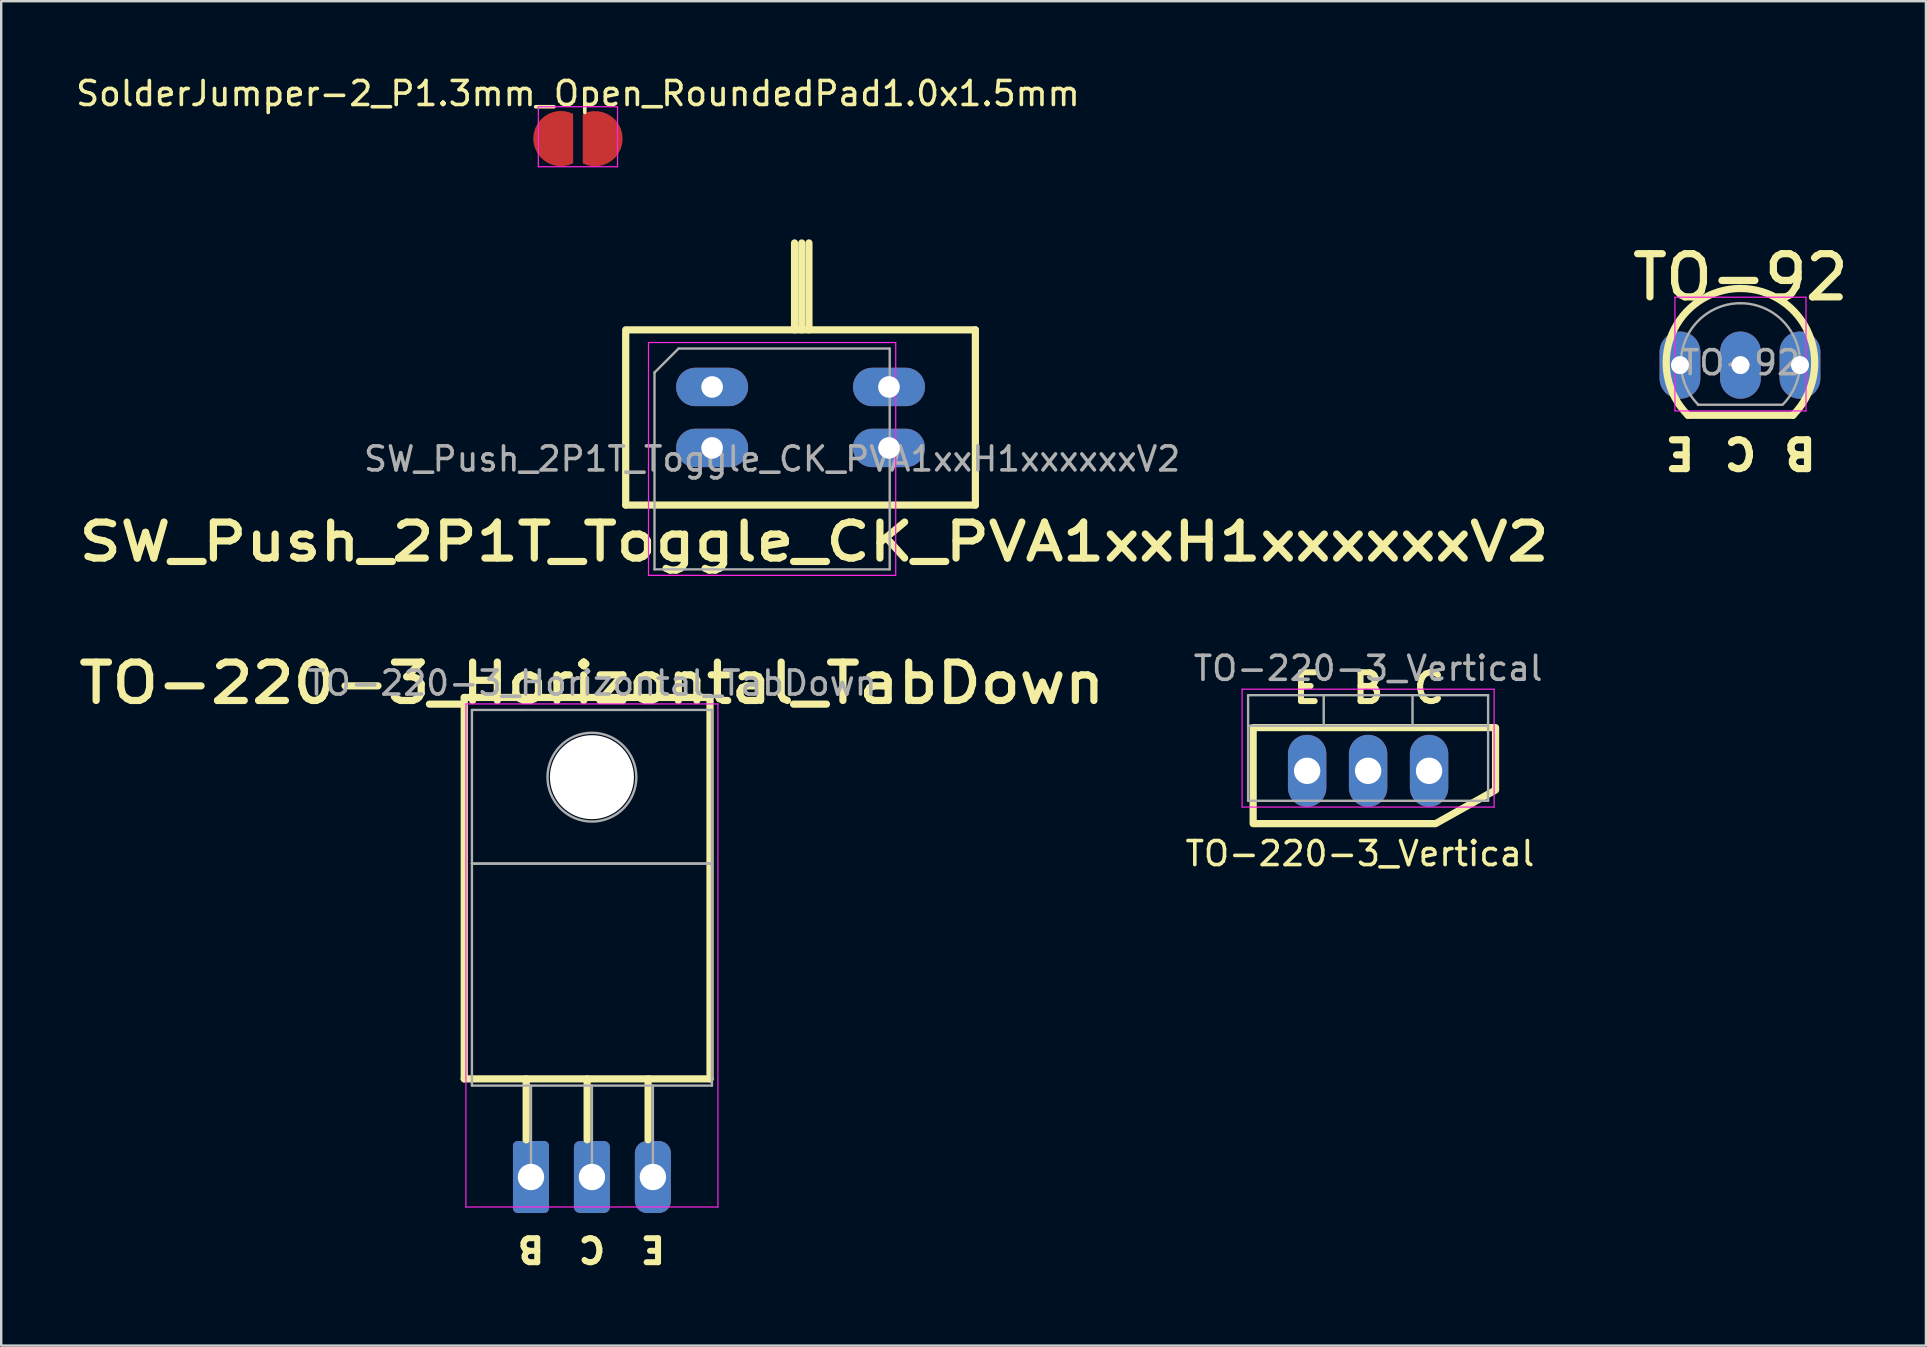
<source format=kicad_pcb>
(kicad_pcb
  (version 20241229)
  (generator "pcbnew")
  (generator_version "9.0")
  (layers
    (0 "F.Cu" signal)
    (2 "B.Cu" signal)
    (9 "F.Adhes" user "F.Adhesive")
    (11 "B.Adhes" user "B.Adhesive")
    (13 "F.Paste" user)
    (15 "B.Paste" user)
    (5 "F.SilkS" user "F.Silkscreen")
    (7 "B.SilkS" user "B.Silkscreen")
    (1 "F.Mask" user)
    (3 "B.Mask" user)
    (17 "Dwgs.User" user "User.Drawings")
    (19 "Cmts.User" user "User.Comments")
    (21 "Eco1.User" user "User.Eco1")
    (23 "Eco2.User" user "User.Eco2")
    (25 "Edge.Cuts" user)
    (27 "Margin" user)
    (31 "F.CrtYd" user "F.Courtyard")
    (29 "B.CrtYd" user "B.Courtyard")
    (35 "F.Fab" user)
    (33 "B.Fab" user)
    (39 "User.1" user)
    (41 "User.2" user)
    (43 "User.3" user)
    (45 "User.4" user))
  (footprint "SolderJumper-2_P1.3mm_Open_RoundedPad1.0x1.5mm"
    (layer "F.Cu")
    (at 21.03 2.648)
    (property "Reference" "SolderJumper-2_P1.3mm_Open_RoundedPad1.0x1.5mm" (at 0 -1.8 0) (layer "F.SilkS") (effects (font (size 1 1) (thickness 0.15))))
    (attr exclude_from_pos_files exclude_from_bom)
    (fp_line (start -1.65 -1.25) (end -1.65 1.25) (stroke (width 0.05) (type solid)) (layer "F.CrtYd"))
    (fp_line (start -1.65 -1.25) (end 1.65 -1.25) (stroke (width 0.05) (type solid)) (layer "F.CrtYd"))
    (fp_line (start 1.65 1.25) (end -1.65 1.25) (stroke (width 0.05) (type solid)) (layer "F.CrtYd"))
    (fp_line (start 1.65 1.25) (end 1.65 -1.25) (stroke (width 0.05) (type solid)) (layer "F.CrtYd"))
    (pad "1" smd custom (at -1 0) (size 1 0.5) (layers "F.Cu") (options (anchor rect)) (primitives (gr_poly (pts (xy 0.8 -0.954) (xy 0.602 -1.031) (xy 0.394 -1.07) (xy 0.181 -1.07) (xy -0.027 -1.031) (xy -0.225 -0.954) (xy -0.406 -0.842) (xy -0.562 -0.699) (xy -0.69 -0.53) (xy -0.785 -0.34) (xy -0.843 -0.136) (xy -0.863 0.075) (xy -0.843 0.287) (xy -0.785 0.491) (xy -0.69 0.681) (xy -0.562 0.85) (xy -0.406 0.993) (xy -0.225 1.105) (xy -0.027 1.182) (xy 0.181 1.221) (xy 0.394 1.221) (xy 0.602 1.182) (xy 0.8 1.105)) (width 0) (fill yes))))
    (pad "2" smd custom (at 1 0) (size 1 0.5) (layers "F.Cu") (options (anchor rect)) (primitives (gr_circle (center -0.3 0.25) (end 0.2 0.25) (width 0) (fill yes)) (gr_circle (center -0.3 -0.25) (end 0.2 -0.25) (width 0) (fill yes)) (gr_poly (pts (xy -0.3 0.75) (xy -0.8 0.75) (xy -0.8 -0.75) (xy -0.3 -0.75)) (width 0) (fill yes)) (gr_poly (pts (xy -0.8 1.109) (xy -0.602 1.186) (xy -0.394 1.225) (xy -0.181 1.225) (xy 0.027 1.186) (xy 0.225 1.109) (xy 0.406 0.997) (xy 0.562 0.854) (xy 0.69 0.685) (xy 0.785 0.495) (xy 0.843 0.291) (xy 0.863 0.079) (xy 0.843 -0.132) (xy 0.785 -0.336) (xy 0.69 -0.526) (xy 0.562 -0.695) (xy 0.406 -0.838) (xy 0.225 -0.95) (xy 0.027 -1.027) (xy -0.181 -1.066) (xy -0.394 -1.066) (xy -0.602 -1.027) (xy -0.8 -0.95)) (width 0) (fill yes)))))
  (footprint "TO-92"
    (layer "F.Cu")
    (at 68.197 12.063)
    (property "Reference" "TO-92" (at 1.27 -3.56 0) (layer "F.SilkS") (effects (font (size 1.8 1.8) (thickness 0.3) (bold yes))))
    (attr through_hole)
    (fp_line (start -0.918 2.188) (end 3.458 2.188) (stroke (width 0.3) (type solid)) (layer "F.SilkS"))
    (fp_arc (start -0.917624 2.187624) (mid -1.588268 -1.183934) (end 1.27 -3.093767) (stroke (width 0.3) (type solid)) (layer "F.SilkS"))
    (fp_arc (start 1.27 -3.093767) (mid 4.128268 -1.183933) (end 3.457624 2.187624) (stroke (width 0.3) (type solid)) (layer "F.SilkS"))
    (fp_line (start -1.46 -2.73) (end -1.46 2.01) (stroke (width 0.05) (type solid)) (layer "F.CrtYd"))
    (fp_line (start -1.46 -2.73) (end 4 -2.73) (stroke (width 0.05) (type solid)) (layer "F.CrtYd"))
    (fp_line (start 4 2.01) (end -1.46 2.01) (stroke (width 0.05) (type solid)) (layer "F.CrtYd"))
    (fp_line (start 4 2.01) (end 4 -2.73) (stroke (width 0.05) (type solid)) (layer "F.CrtYd"))
    (fp_line (start -0.5 1.75) (end 3 1.75) (stroke (width 0.1) (type solid)) (layer "F.Fab"))
    (fp_arc (start -0.483625 1.753625) (mid -1.021221 -0.949055) (end 1.27 -2.48) (stroke (width 0.1) (type solid)) (layer "F.Fab"))
    (fp_arc (start 1.27 -2.48) (mid 3.561221 -0.949055) (end 3.023625 1.753625) (stroke (width 0.1) (type solid)) (layer "F.Fab"))
    (fp_text user "C" (at 1.27 3.75 180) (unlocked yes) (layer "F.SilkS") (effects (font (size 1.2 1.2) (thickness 0.3) (bold yes))))
    (fp_text user "B" (at 3.75 3.75 180) (unlocked yes) (layer "F.SilkS") (effects (font (size 1.2 1.2) (thickness 0.3) (bold yes))))
    (fp_text user "E" (at -1.25 3.75 180) (unlocked yes) (layer "F.SilkS") (effects (font (size 1.2 1.2) (thickness 0.3) (bold yes))))
    (fp_text user "${REFERENCE}" (at 1.27 0 0) (layer "F.Fab") (effects (font (size 1 1) (thickness 0.15))))
    (pad "1" thru_hole oval (at -1.25 0.1) (size 1.7 2.8) (drill 0.75) (layers "*.Cu" "*.Mask"))
    (pad "2" thru_hole oval (at 1.27 0.1) (size 1.7 2.8) (drill 0.75) (layers "*.Cu" "*.Mask"))
    (pad "3" thru_hole oval (at 3.75 0.1) (size 1.7 2.8) (drill 0.75) (layers "*.Cu" "*.Mask")))
  (footprint "TO-220-3_Horizontal_TabDown"
    (layer "F.Cu")
    (at 19.073 45.991)
    (property "Reference" "TO-220-3_Horizontal_TabDown" (at 2.54 -20.58 0) (layer "F.SilkS") (effects (font (size 1.6 1.8) (thickness 0.3) (bold yes))))
    (attr through_hole)
    (fp_line (start -2.78 -19.98) (end -2.78 -4.09) (stroke (width 0.3) (type solid)) (layer "F.SilkS"))
    (fp_line (start -2.78 -19.98) (end 7.46 -19.98) (stroke (width 0.3) (type solid)) (layer "F.SilkS"))
    (fp_line (start -2.78 -4.09) (end 7.46 -4.09) (stroke (width 0.3) (type solid)) (layer "F.SilkS"))
    (fp_line (start -0.2 -4.09) (end -0.2 -1.55) (stroke (width 0.3) (type solid)) (layer "F.SilkS"))
    (fp_line (start 2.34 -4.09) (end 2.34 -1.55) (stroke (width 0.3) (type solid)) (layer "F.SilkS"))
    (fp_line (start 4.88 -4.09) (end 4.88 -1.55) (stroke (width 0.3) (type solid)) (layer "F.SilkS"))
    (fp_line (start 7.46 -19.98) (end 7.46 -4.09) (stroke (width 0.3) (type solid)) (layer "F.SilkS"))
    (fp_line (start -2.71 -19.71) (end -2.71 1.25) (stroke (width 0.05) (type solid)) (layer "F.CrtYd"))
    (fp_line (start -2.71 1.25) (end 7.79 1.25) (stroke (width 0.05) (type solid)) (layer "F.CrtYd"))
    (fp_line (start 7.79 -19.71) (end -2.71 -19.71) (stroke (width 0.05) (type solid)) (layer "F.CrtYd"))
    (fp_line (start 7.79 1.25) (end 7.79 -19.71) (stroke (width 0.05) (type solid)) (layer "F.CrtYd"))
    (fp_line (start -2.46 -19.46) (end 7.54 -19.46) (stroke (width 0.1) (type solid)) (layer "F.Fab"))
    (fp_line (start -2.46 -13.06) (end -2.46 -19.46) (stroke (width 0.1) (type solid)) (layer "F.Fab"))
    (fp_line (start -2.46 -13.06) (end 7.54 -13.06) (stroke (width 0.1) (type solid)) (layer "F.Fab"))
    (fp_line (start -2.46 -3.81) (end -2.46 -13.06) (stroke (width 0.1) (type solid)) (layer "F.Fab"))
    (fp_line (start 0 -3.81) (end 0 0) (stroke (width 0.1) (type solid)) (layer "F.Fab"))
    (fp_line (start 2.54 -3.81) (end 2.54 0) (stroke (width 0.1) (type solid)) (layer "F.Fab"))
    (fp_line (start 5.08 -3.81) (end 5.08 0) (stroke (width 0.1) (type solid)) (layer "F.Fab"))
    (fp_line (start 7.54 -19.46) (end 7.54 -13.06) (stroke (width 0.1) (type solid)) (layer "F.Fab"))
    (fp_line (start 7.54 -13.06) (end -2.46 -13.06) (stroke (width 0.1) (type solid)) (layer "F.Fab"))
    (fp_line (start 7.54 -13.06) (end 7.54 -3.81) (stroke (width 0.1) (type solid)) (layer "F.Fab"))
    (fp_line (start 7.54 -3.81) (end -2.46 -3.81) (stroke (width 0.1) (type solid)) (layer "F.Fab"))
    (fp_circle (center 2.54 -16.66) (end 4.39 -16.66) (stroke (width 0.1) (type solid)) (fill no) (layer "F.Fab"))
    (fp_text user "C" (at 2.54 3 180) (unlocked yes) (layer "F.SilkS") (effects (font (size 1 1) (thickness 0.25) (bold yes))))
    (fp_text user "E" (at 5.08 3 180) (unlocked yes) (layer "F.SilkS") (effects (font (size 1 1) (thickness 0.25) (bold yes))))
    (fp_text user "B" (at 0 3 180) (unlocked yes) (layer "F.SilkS") (effects (font (size 1 1) (thickness 0.25) (bold yes))))
    (fp_text user "${REFERENCE}" (at 2.54 -20.58 0) (layer "F.Fab") (effects (font (size 1 1) (thickness 0.15))))
    (pad "" np_thru_hole oval (at 2.54 -16.66) (size 3.5 3.5) (drill 3.5) (layers "*.Cu" "*.Mask"))
    (pad "1" thru_hole roundrect (at 0 0) (size 1.5 3) (drill 1.1) (layers "*.Cu" "*.Mask") (roundrect_rratio 0.131))
    (pad "2" thru_hole roundrect (at 2.54 0) (size 1.5 3) (drill 1.1) (layers "*.Cu" "*.Mask") (roundrect_rratio 0.167))
    (pad "3" thru_hole roundrect (at 5.08 0) (size 1.5 3) (drill 1.1) (layers "*.Cu" "*.Mask") (roundrect_rratio 0.333)))
  (footprint "SW_Push_2P1T_Toggle_CK_PVA1xxH1xxxxxxV2"
    (layer "F.Cu")
    (at 26.62 13.073)
    (property "Reference" "SW_Push_2P1T_Toggle_CK_PVA1xxH1xxxxxxV2" (at 4.25 6.45 0) (layer "F.SilkS") (effects (font (size 1.5 1.8) (thickness 0.3) (bold yes))))
    (attr through_hole)
    (fp_line (start -3.6 4.92) (end -3.6 -2.38) (stroke (width 0.3) (type solid)) (layer "F.SilkS"))
    (fp_line (start 3.435 -2.38) (end 3.435 -6) (stroke (width 0.3) (type default)) (layer "F.SilkS"))
    (fp_line (start 3.7 -5.8) (end 3.7 -5.8) (stroke (width 0.1) (type default)) (layer "F.SilkS"))
    (fp_line (start 3.735 -2.38) (end 3.735 -6) (stroke (width 0.3) (type default)) (layer "F.SilkS"))
    (fp_line (start 4.035 -2.38) (end 4.035 -6) (stroke (width 0.3) (type default)) (layer "F.SilkS"))
    (fp_line (start 10.97 -2.38) (end -3.5 -2.38) (stroke (width 0.3) (type solid)) (layer "F.SilkS"))
    (fp_line (start 10.97 4.92) (end -3.6 4.92) (stroke (width 0.3) (type solid)) (layer "F.SilkS"))
    (fp_line (start 10.97 4.92) (end 10.97 -2.38) (stroke (width 0.3) (type solid)) (layer "F.SilkS"))
    (fp_line (start -2.65 -1.85) (end 7.65 -1.85) (stroke (width 0.05) (type solid)) (layer "F.CrtYd"))
    (fp_line (start -2.65 7.85) (end -2.65 -1.85) (stroke (width 0.05) (type solid)) (layer "F.CrtYd"))
    (fp_line (start -2.65 7.85) (end 7.65 7.85) (stroke (width 0.05) (type solid)) (layer "F.CrtYd"))
    (fp_line (start 7.65 -1.85) (end 7.65 7.85) (stroke (width 0.05) (type solid)) (layer "F.CrtYd"))
    (fp_line (start -2.4 -0.6) (end -1.4 -1.6) (stroke (width 0.1) (type solid)) (layer "F.Fab"))
    (fp_line (start -2.4 7.6) (end -2.4 -0.6) (stroke (width 0.1) (type solid)) (layer "F.Fab"))
    (fp_line (start -1.4 -1.6) (end 7.4 -1.6) (stroke (width 0.1) (type solid)) (layer "F.Fab"))
    (fp_line (start 7.4 -1.6) (end 7.4 7.6) (stroke (width 0.1) (type solid)) (layer "F.Fab"))
    (fp_line (start 7.4 7.6) (end -2.4 7.6) (stroke (width 0.1) (type solid)) (layer "F.Fab"))
    (fp_text user "${REFERENCE}" (at 2.5 3 0) (layer "F.Fab") (effects (font (size 1 1) (thickness 0.15))))
    (pad "1" thru_hole oval (at 7.37 0) (size 3 1.6) (drill 0.9) (layers "*.Cu" "*.Mask"))
    (pad "1" thru_hole oval (at 7.37 2.54) (size 3 1.6) (drill 0.9) (layers "*.Cu" "*.Mask"))
    (pad "2" thru_hole oval (at 0 0) (size 3 1.6) (drill 0.9) (layers "*.Cu" "*.Mask"))
    (pad "2" thru_hole oval (at 0 2.54) (size 3 1.6) (drill 0.9) (layers "*.Cu" "*.Mask")))
  (footprint "TO-220-3_Vertical"
    (layer "F.Cu")
    (at 51.413 29.067)
    (property "Reference" "TO-220-3_Vertical" (at 2.2 3.45 0) (layer "F.SilkS") (effects (font (size 1 1) (thickness 0.15))))
    (attr through_hole)
    (fp_poly (pts (xy 7.85 0.8) (xy 7.85 -1.8) (xy -2.25 -1.8) (xy -2.25 2.2) (xy 5.35 2.2)) (stroke (width 0.3) (type solid)) (fill no) (layer "F.SilkS"))
    (fp_line (start -2.71 -3.4) (end -2.71 1.51) (stroke (width 0.05) (type solid)) (layer "F.CrtYd"))
    (fp_line (start -2.71 1.51) (end 7.79 1.51) (stroke (width 0.05) (type solid)) (layer "F.CrtYd"))
    (fp_line (start 7.79 -3.4) (end -2.71 -3.4) (stroke (width 0.05) (type solid)) (layer "F.CrtYd"))
    (fp_line (start 7.79 1.51) (end 7.79 -3.4) (stroke (width 0.05) (type solid)) (layer "F.CrtYd"))
    (fp_line (start -2.46 -3.15) (end -2.46 1.25) (stroke (width 0.1) (type solid)) (layer "F.Fab"))
    (fp_line (start -2.46 -1.88) (end 7.54 -1.88) (stroke (width 0.1) (type solid)) (layer "F.Fab"))
    (fp_line (start -2.46 1.25) (end 7.54 1.25) (stroke (width 0.1) (type solid)) (layer "F.Fab"))
    (fp_line (start 0.69 -3.15) (end 0.69 -1.88) (stroke (width 0.1) (type solid)) (layer "F.Fab"))
    (fp_line (start 4.39 -3.15) (end 4.39 -1.88) (stroke (width 0.1) (type solid)) (layer "F.Fab"))
    (fp_line (start 7.54 -3.15) (end -2.46 -3.15) (stroke (width 0.1) (type solid)) (layer "F.Fab"))
    (fp_line (start 7.54 1.25) (end 7.54 -3.15) (stroke (width 0.1) (type solid)) (layer "F.Fab"))
    (fp_text user "E" (at 0 -3.45 0) (unlocked yes) (layer "F.SilkS") (effects (font (size 1.2 1.2) (thickness 0.25) (bold yes))))
    (fp_text user "B" (at 2.54 -3.45 0) (unlocked yes) (layer "F.SilkS") (effects (font (size 1.2 1.2) (thickness 0.25) (bold yes))))
    (fp_text user "C" (at 5.08 -3.45 0) (unlocked yes) (layer "F.SilkS") (effects (font (size 1.2 1.2) (thickness 0.25) (bold yes))))
    (fp_text user "${REFERENCE}" (at 2.54 -4.27 0) (layer "F.Fab") (effects (font (size 1 1) (thickness 0.15))))
    (pad "1" thru_hole oval (at 0 0) (size 1.6 3) (drill 1.1) (layers "*.Cu" "*.Mask"))
    (pad "2" thru_hole oval (at 2.54 0) (size 1.6 3) (drill 1.1) (layers "*.Cu" "*.Mask"))
    (pad "3" thru_hole oval (at 5.08 0) (size 1.6 3) (drill 1.1) (layers "*.Cu" "*.Mask")))
  (gr_rect
    (start -3 -3)
    (end 77.194 53.014)
    (stroke (width 0.1) (type default))
    (fill no)
    (layer "Edge.Cuts")))
</source>
